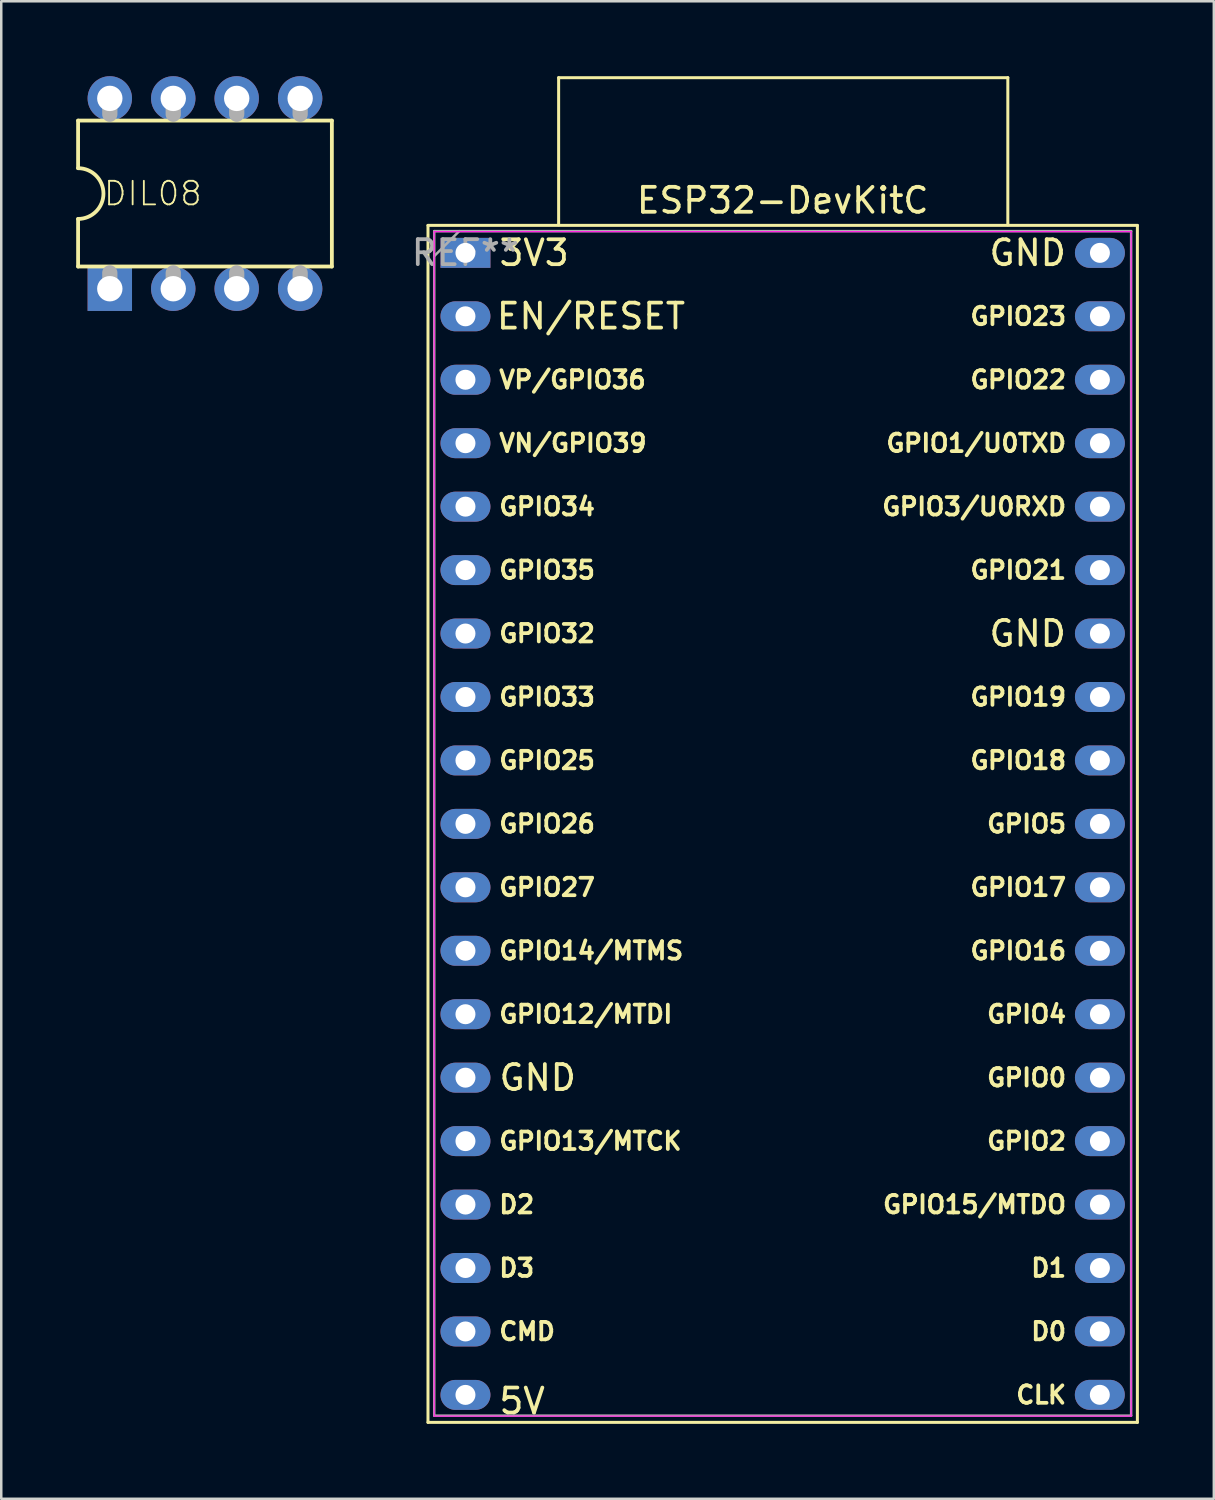
<source format=kicad_pcb>
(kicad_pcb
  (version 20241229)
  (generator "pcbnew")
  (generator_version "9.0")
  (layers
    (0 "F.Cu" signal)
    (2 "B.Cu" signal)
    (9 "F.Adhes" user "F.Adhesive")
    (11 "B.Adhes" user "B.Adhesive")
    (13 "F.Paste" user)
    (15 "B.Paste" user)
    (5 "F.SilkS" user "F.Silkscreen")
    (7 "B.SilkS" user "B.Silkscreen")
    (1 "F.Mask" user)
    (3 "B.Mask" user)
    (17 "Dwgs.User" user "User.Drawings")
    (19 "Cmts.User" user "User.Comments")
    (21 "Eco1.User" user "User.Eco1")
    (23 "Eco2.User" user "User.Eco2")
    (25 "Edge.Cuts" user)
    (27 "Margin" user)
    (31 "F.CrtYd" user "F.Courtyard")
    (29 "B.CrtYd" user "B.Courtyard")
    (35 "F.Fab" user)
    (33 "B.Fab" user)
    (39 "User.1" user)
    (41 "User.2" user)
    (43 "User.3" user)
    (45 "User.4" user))
  (footprint "ESP32-DevKitC"
    (layer "F.Cu")
    (at 15.584 7.073)
    (property "Reference" "ESP32-DevKitC" (at 12.7 -2.1 0) (layer "F.SilkS") (effects (font (size 1 1) (thickness 0.15))))
    (attr through_hole)
    (fp_line (start -1.5 46.82) (end 26.9 46.82) (stroke (width 0.12) (type solid)) (layer "F.SilkS"))
    (fp_line (start -1.5 -1.1) (end -1.5 46.82) (stroke (width 0.12) (type solid)) (layer "F.SilkS"))
    (fp_line (start 3.73 -7.013) (end 21.713 -7.013) (stroke (width 0.12) (type solid)) (layer "F.SilkS"))
    (fp_line (start 3.73 -1.12) (end 3.73 -7.013) (stroke (width 0.12) (type solid)) (layer "F.SilkS"))
    (fp_line (start 21.713 -7.013) (end 21.713 -1.12) (stroke (width 0.12) (type solid)) (layer "F.SilkS"))
    (fp_line (start 26.9 46.82) (end 26.9 -1.1) (stroke (width 0.12) (type solid)) (layer "F.SilkS"))
    (fp_line (start 26.9 -1.1) (end -1.5 -1.1) (stroke (width 0.12) (type solid)) (layer "F.SilkS"))
    (fp_line (start -1.25 -0.85) (end 26.65 -0.85) (stroke (width 0.05) (type solid)) (layer "F.CrtYd"))
    (fp_line (start -1.25 46.57) (end -1.25 -0.85) (stroke (width 0.05) (type solid)) (layer "F.CrtYd"))
    (fp_line (start 26.65 -0.85) (end 26.65 46.57) (stroke (width 0.05) (type solid)) (layer "F.CrtYd"))
    (fp_line (start 26.65 46.57) (end -1.25 46.57) (stroke (width 0.05) (type solid)) (layer "F.CrtYd"))
    (fp_line (start -1.25 -0.87) (end 26.65 -0.87) (stroke (width 0.1) (type solid)) (layer "F.Fab"))
    (fp_line (start -1.25 46.55) (end -1.25 -0.87) (stroke (width 0.1) (type solid)) (layer "F.Fab"))
    (fp_line (start -0.25 -0.87) (end -1.25 0.13) (stroke (width 0.1) (type solid)) (layer "F.Fab"))
    (fp_line (start 26.65 -0.87) (end 26.65 46.55) (stroke (width 0.1) (type solid)) (layer "F.Fab"))
    (fp_line (start 26.65 46.55) (end -1.25 46.55) (stroke (width 0.1) (type solid)) (layer "F.Fab"))
    (fp_text user "GND" (at 1.27 33.02 0) (unlocked yes) (layer "F.SilkS") (effects (font (size 1 1) (thickness 0.15)) (justify left)))
    (fp_text user "GPIO5" (at 24.13 22.86 0) (unlocked yes) (layer "F.SilkS") (effects (font (size 0.7 0.7) (thickness 0.15)) (justify right)))
    (fp_text user "GPIO32" (at 1.27 15.24 0) (unlocked yes) (layer "F.SilkS") (effects (font (size 0.7 0.7) (thickness 0.15)) (justify left)))
    (fp_text user "GPIO16" (at 24.13 27.94 0) (unlocked yes) (layer "F.SilkS") (effects (font (size 0.7 0.7) (thickness 0.15)) (justify right)))
    (fp_text user "GPIO4" (at 24.13 30.48 0) (unlocked yes) (layer "F.SilkS") (effects (font (size 0.7 0.7) (thickness 0.15)) (justify right)))
    (fp_text user "GND" (at 24.13 0 0) (unlocked yes) (layer "F.SilkS") (effects (font (size 1 1) (thickness 0.15)) (justify right)))
    (fp_text user "5V" (at 1.266 45.971 0) (unlocked yes) (layer "F.SilkS") (effects (font (size 1 1) (thickness 0.15)) (justify left)))
    (fp_text user "D3" (at 1.27 40.64 0) (unlocked yes) (layer "F.SilkS") (effects (font (size 0.7 0.7) (thickness 0.15)) (justify left)))
    (fp_text user "3V3" (at 1.27 0 0) (unlocked yes) (layer "F.SilkS") (effects (font (size 1 1) (thickness 0.15)) (justify left)))
    (fp_text user "GPIO33" (at 1.27 17.78 0) (unlocked yes) (layer "F.SilkS") (effects (font (size 0.7 0.7) (thickness 0.15)) (justify left)))
    (fp_text user "CMD" (at 1.27 43.18 0) (unlocked yes) (layer "F.SilkS") (effects (font (size 0.7 0.7) (thickness 0.15)) (justify left)))
    (fp_text user "GPIO2" (at 24.13 35.56 0) (unlocked yes) (layer "F.SilkS") (effects (font (size 0.7 0.7) (thickness 0.15)) (justify right)))
    (fp_text user "GPIO0" (at 24.13 33.02 0) (unlocked yes) (layer "F.SilkS") (effects (font (size 0.7 0.7) (thickness 0.15)) (justify right)))
    (fp_text user "GPIO21" (at 24.13 12.7 0) (unlocked yes) (layer "F.SilkS") (effects (font (size 0.7 0.7) (thickness 0.15)) (justify right)))
    (fp_text user "GPIO1/U0TXD" (at 24.13 7.62 0) (unlocked yes) (layer "F.SilkS") (effects (font (size 0.7 0.7) (thickness 0.15)) (justify right)))
    (fp_text user "GPIO18" (at 24.13 20.32 0) (unlocked yes) (layer "F.SilkS") (effects (font (size 0.7 0.7) (thickness 0.15)) (justify right)))
    (fp_text user "GND" (at 24.13 15.24 0) (unlocked yes) (layer "F.SilkS") (effects (font (size 1 1) (thickness 0.15)) (justify right)))
    (fp_text user "GPIO34" (at 1.27 10.16 0) (unlocked yes) (layer "F.SilkS") (effects (font (size 0.7 0.7) (thickness 0.15)) (justify left)))
    (fp_text user "GPIO3/U0RXD" (at 24.13 10.16 0) (unlocked yes) (layer "F.SilkS") (effects (font (size 0.7 0.7) (thickness 0.15)) (justify right)))
    (fp_text user "GPIO14/MTMS" (at 1.27 27.94 0) (unlocked yes) (layer "F.SilkS") (effects (font (size 0.7 0.7) (thickness 0.15)) (justify left)))
    (fp_text user "GPIO15/MTDO" (at 24.13 38.1 0) (unlocked yes) (layer "F.SilkS") (effects (font (size 0.7 0.7) (thickness 0.15)) (justify right)))
    (fp_text user "GPIO25" (at 1.27 20.32 0) (unlocked yes) (layer "F.SilkS") (effects (font (size 0.7 0.7) (thickness 0.15)) (justify left)))
    (fp_text user "GPIO23" (at 24.13 2.54 0) (unlocked yes) (layer "F.SilkS") (effects (font (size 0.7 0.7) (thickness 0.15)) (justify right)))
    (fp_text user "D2" (at 1.27 38.1 0) (unlocked yes) (layer "F.SilkS") (effects (font (size 0.7 0.7) (thickness 0.15)) (justify left)))
    (fp_text user "GPIO35" (at 1.27 12.7 0) (unlocked yes) (layer "F.SilkS") (effects (font (size 0.7 0.7) (thickness 0.15)) (justify left)))
    (fp_text user "GPIO19" (at 24.13 17.78 0) (unlocked yes) (layer "F.SilkS") (effects (font (size 0.7 0.7) (thickness 0.15)) (justify right)))
    (fp_text user "GPIO27" (at 1.27 25.4 0) (unlocked yes) (layer "F.SilkS") (effects (font (size 0.7 0.7) (thickness 0.15)) (justify left)))
    (fp_text user "GPIO17" (at 24.13 25.4 0) (unlocked yes) (layer "F.SilkS") (effects (font (size 0.7 0.7) (thickness 0.15)) (justify right)))
    (fp_text user "GPIO22" (at 24.13 5.08 0) (unlocked yes) (layer "F.SilkS") (effects (font (size 0.7 0.7) (thickness 0.15)) (justify right)))
    (fp_text user "D1" (at 24.13 40.64 0) (unlocked yes) (layer "F.SilkS") (effects (font (size 0.7 0.7) (thickness 0.15)) (justify right)))
    (fp_text user "CLK" (at 24.13 45.72 0) (unlocked yes) (layer "F.SilkS") (effects (font (size 0.7 0.7) (thickness 0.15)) (justify right)))
    (fp_text user "D0" (at 24.13 43.18 0) (unlocked yes) (layer "F.SilkS") (effects (font (size 0.7 0.7) (thickness 0.15)) (justify right)))
    (fp_text user "VN/GPIO39" (at 1.27 7.62 0) (unlocked yes) (layer "F.SilkS") (effects (font (size 0.7 0.7) (thickness 0.15)) (justify left)))
    (fp_text user "EN/RESET" (at 8.886 2.537 0) (unlocked yes) (layer "F.SilkS") (effects (font (size 1 1) (thickness 0.15)) (justify right)))
    (fp_text user "VP/GPIO36" (at 1.27 5.08 0) (unlocked yes) (layer "F.SilkS") (effects (font (size 0.7 0.7) (thickness 0.15)) (justify left)))
    (fp_text user "GPIO13/MTCK" (at 1.27 35.56 0) (unlocked yes) (layer "F.SilkS") (effects (font (size 0.7 0.7) (thickness 0.15)) (justify left)))
    (fp_text user "GPIO26" (at 1.27 22.86 0) (unlocked yes) (layer "F.SilkS") (effects (font (size 0.7 0.7) (thickness 0.15)) (justify left)))
    (fp_text user "GPIO12/MTDI" (at 1.27 30.48 0) (unlocked yes) (layer "F.SilkS") (effects (font (size 0.7 0.7) (thickness 0.15)) (justify left)))
    (fp_text user "REF**" (at -0.004 -0.003 0) (layer "F.Fab") (effects (font (size 1 1) (thickness 0.15))))
    (pad "1" thru_hole rect (at 0 0 270) (size 1.2 2) (drill 0.8) (layers "*.Cu" "*.Mask"))
    (pad "2" thru_hole oval (at 0 2.54 270) (size 1.2 2) (drill 0.8) (layers "*.Cu" "*.Mask"))
    (pad "3" thru_hole oval (at 0 5.08 270) (size 1.2 2) (drill 0.8) (layers "*.Cu" "*.Mask"))
    (pad "4" thru_hole oval (at 0 7.62 270) (size 1.2 2) (drill 0.8) (layers "*.Cu" "*.Mask"))
    (pad "5" thru_hole oval (at 0 10.16 270) (size 1.2 2) (drill 0.8) (layers "*.Cu" "*.Mask"))
    (pad "6" thru_hole oval (at 0 12.7 270) (size 1.2 2) (drill 0.8) (layers "*.Cu" "*.Mask"))
    (pad "7" thru_hole oval (at 0 15.24 270) (size 1.2 2) (drill 0.8) (layers "*.Cu" "*.Mask"))
    (pad "8" thru_hole oval (at 0 17.78 270) (size 1.2 2) (drill 0.8) (layers "*.Cu" "*.Mask"))
    (pad "9" thru_hole oval (at 0 20.32 270) (size 1.2 2) (drill 0.8) (layers "*.Cu" "*.Mask"))
    (pad "10" thru_hole oval (at 0 22.86 270) (size 1.2 2) (drill 0.8) (layers "*.Cu" "*.Mask"))
    (pad "11" thru_hole oval (at 0 25.4 270) (size 1.2 2) (drill 0.8) (layers "*.Cu" "*.Mask"))
    (pad "12" thru_hole oval (at 0 27.94 270) (size 1.2 2) (drill 0.8) (layers "*.Cu" "*.Mask"))
    (pad "13" thru_hole oval (at 0 30.48 270) (size 1.2 2) (drill 0.8) (layers "*.Cu" "*.Mask"))
    (pad "14" thru_hole oval (at 0 33.02 270) (size 1.2 2) (drill 0.8) (layers "*.Cu" "*.Mask"))
    (pad "15" thru_hole oval (at 0 35.56 270) (size 1.2 2) (drill 0.8) (layers "*.Cu" "*.Mask"))
    (pad "16" thru_hole oval (at 0 38.1 270) (size 1.2 2) (drill 0.8) (layers "*.Cu" "*.Mask"))
    (pad "17" thru_hole oval (at 0 40.64 270) (size 1.2 2) (drill 0.8) (layers "*.Cu" "*.Mask"))
    (pad "18" thru_hole oval (at 0 43.18 270) (size 1.2 2) (drill 0.8) (layers "*.Cu" "*.Mask"))
    (pad "19" thru_hole oval (at 0 45.72 270) (size 1.2 2) (drill 0.8) (layers "*.Cu" "*.Mask"))
    (pad "20" thru_hole oval (at 25.396 45.717 270) (size 1.2 2) (drill 0.8) (layers "*.Cu" "*.Mask"))
    (pad "21" thru_hole oval (at 25.396 43.177 270) (size 1.2 2) (drill 0.8) (layers "*.Cu" "*.Mask"))
    (pad "22" thru_hole oval (at 25.4 40.64 270) (size 1.2 2) (drill 0.8) (layers "*.Cu" "*.Mask"))
    (pad "23" thru_hole oval (at 25.4 38.1 270) (size 1.2 2) (drill 0.8) (layers "*.Cu" "*.Mask"))
    (pad "24" thru_hole oval (at 25.4 35.56 270) (size 1.2 2) (drill 0.8) (layers "*.Cu" "*.Mask"))
    (pad "25" thru_hole oval (at 25.4 33.02 270) (size 1.2 2) (drill 0.8) (layers "*.Cu" "*.Mask"))
    (pad "26" thru_hole oval (at 25.4 30.48 270) (size 1.2 2) (drill 0.8) (layers "*.Cu" "*.Mask"))
    (pad "27" thru_hole oval (at 25.4 27.94 270) (size 1.2 2) (drill 0.8) (layers "*.Cu" "*.Mask"))
    (pad "28" thru_hole oval (at 25.4 25.4 270) (size 1.2 2) (drill 0.8) (layers "*.Cu" "*.Mask"))
    (pad "29" thru_hole oval (at 25.4 22.86 270) (size 1.2 2) (drill 0.8) (layers "*.Cu" "*.Mask"))
    (pad "30" thru_hole oval (at 25.4 20.32 270) (size 1.2 2) (drill 0.8) (layers "*.Cu" "*.Mask"))
    (pad "31" thru_hole oval (at 25.4 17.78 270) (size 1.2 2) (drill 0.8) (layers "*.Cu" "*.Mask"))
    (pad "32" thru_hole oval (at 25.4 15.24 270) (size 1.2 2) (drill 0.8) (layers "*.Cu" "*.Mask"))
    (pad "33" thru_hole oval (at 25.4 12.7 270) (size 1.2 2) (drill 0.8) (layers "*.Cu" "*.Mask"))
    (pad "34" thru_hole oval (at 25.4 10.16 270) (size 1.2 2) (drill 0.8) (layers "*.Cu" "*.Mask"))
    (pad "35" thru_hole oval (at 25.4 7.62 270) (size 1.2 2) (drill 0.8) (layers "*.Cu" "*.Mask"))
    (pad "36" thru_hole oval (at 25.4 5.08 270) (size 1.2 2) (drill 0.8) (layers "*.Cu" "*.Mask"))
    (pad "37" thru_hole oval (at 25.4 2.54 270) (size 1.2 2) (drill 0.8) (layers "*.Cu" "*.Mask"))
    (pad "38" thru_hole oval (at 25.4 0 270) (size 1.2 2) (drill 0.8) (layers "*.Cu" "*.Mask")))
  (footprint "DIL08"
    (layer "F.Cu")
    (at 5.156 4.699)
    (property "Reference" "DIL08" (at -0.064 0 180) (layer "F.SilkS") (effects (font (size 0.943 0.943) (thickness 0.073)) (justify right)))
    (fp_line (start -5.08 -2.921) (end -5.08 -1.016) (stroke (width 0.152) (type solid)) (layer "F.SilkS"))
    (fp_line (start -5.08 2.921) (end -5.08 1.016) (stroke (width 0.152) (type solid)) (layer "F.SilkS"))
    (fp_line (start -5.08 2.921) (end 5.08 2.921) (stroke (width 0.152) (type solid)) (layer "F.SilkS"))
    (fp_line (start 5.08 -2.921) (end -5.08 -2.921) (stroke (width 0.152) (type solid)) (layer "F.SilkS"))
    (fp_line (start 5.08 -2.921) (end 5.08 2.921) (stroke (width 0.152) (type solid)) (layer "F.SilkS"))
    (fp_arc (start -5.08 -1.016) (mid -4.064 0) (end -5.08 1.016) (stroke (width 0.1524) (type solid)) (layer "F.SilkS"))
    (fp_line (start -3.81 -3.81) (end -3.81 -3.175) (stroke (width 0.61) (type solid)) (layer "F.Fab"))
    (fp_line (start -3.81 3.81) (end -3.81 3.175) (stroke (width 0.61) (type solid)) (layer "F.Fab"))
    (fp_line (start -1.27 -3.81) (end -1.27 -3.175) (stroke (width 0.61) (type solid)) (layer "F.Fab"))
    (fp_line (start -1.27 3.81) (end -1.27 3.175) (stroke (width 0.61) (type solid)) (layer "F.Fab"))
    (fp_line (start 1.27 -3.81) (end 1.27 -3.175) (stroke (width 0.61) (type solid)) (layer "F.Fab"))
    (fp_line (start 1.27 3.81) (end 1.27 3.175) (stroke (width 0.61) (type solid)) (layer "F.Fab"))
    (fp_line (start 3.81 -3.81) (end 3.81 -3.175) (stroke (width 0.61) (type solid)) (layer "F.Fab"))
    (fp_line (start 3.81 3.81) (end 3.81 3.175) (stroke (width 0.61) (type solid)) (layer "F.Fab"))
    (pad "1" thru_hole rect (at -3.81 3.81 90) (size 1.778 1.778) (drill 1.016) (layers "*.Cu" "*.Mask"))
    (pad "2" thru_hole circle (at -1.27 3.81 90) (size 1.778 1.778) (drill 1.016) (layers "*.Cu" "*.Mask"))
    (pad "3" thru_hole circle (at 1.27 3.81 90) (size 1.778 1.778) (drill 1.016) (layers "*.Cu" "*.Mask"))
    (pad "4" thru_hole circle (at 3.81 3.81 90) (size 1.778 1.778) (drill 1.016) (layers "*.Cu" "*.Mask"))
    (pad "5" thru_hole circle (at 3.81 -3.81 90) (size 1.778 1.778) (drill 1.016) (layers "*.Cu" "*.Mask"))
    (pad "6" thru_hole circle (at 1.27 -3.81 90) (size 1.778 1.778) (drill 1.016) (layers "*.Cu" "*.Mask"))
    (pad "7" thru_hole circle (at -1.27 -3.81 90) (size 1.778 1.778) (drill 1.016) (layers "*.Cu" "*.Mask"))
    (pad "8" thru_hole circle (at -3.81 -3.81 90) (size 1.778 1.778) (drill 1.016) (layers "*.Cu" "*.Mask")))
  (gr_rect
    (start -3 -3)
    (end 45.544 56.953)
    (stroke (width 0.1) (type default))
    (fill no)
    (layer "Edge.Cuts")))
</source>
